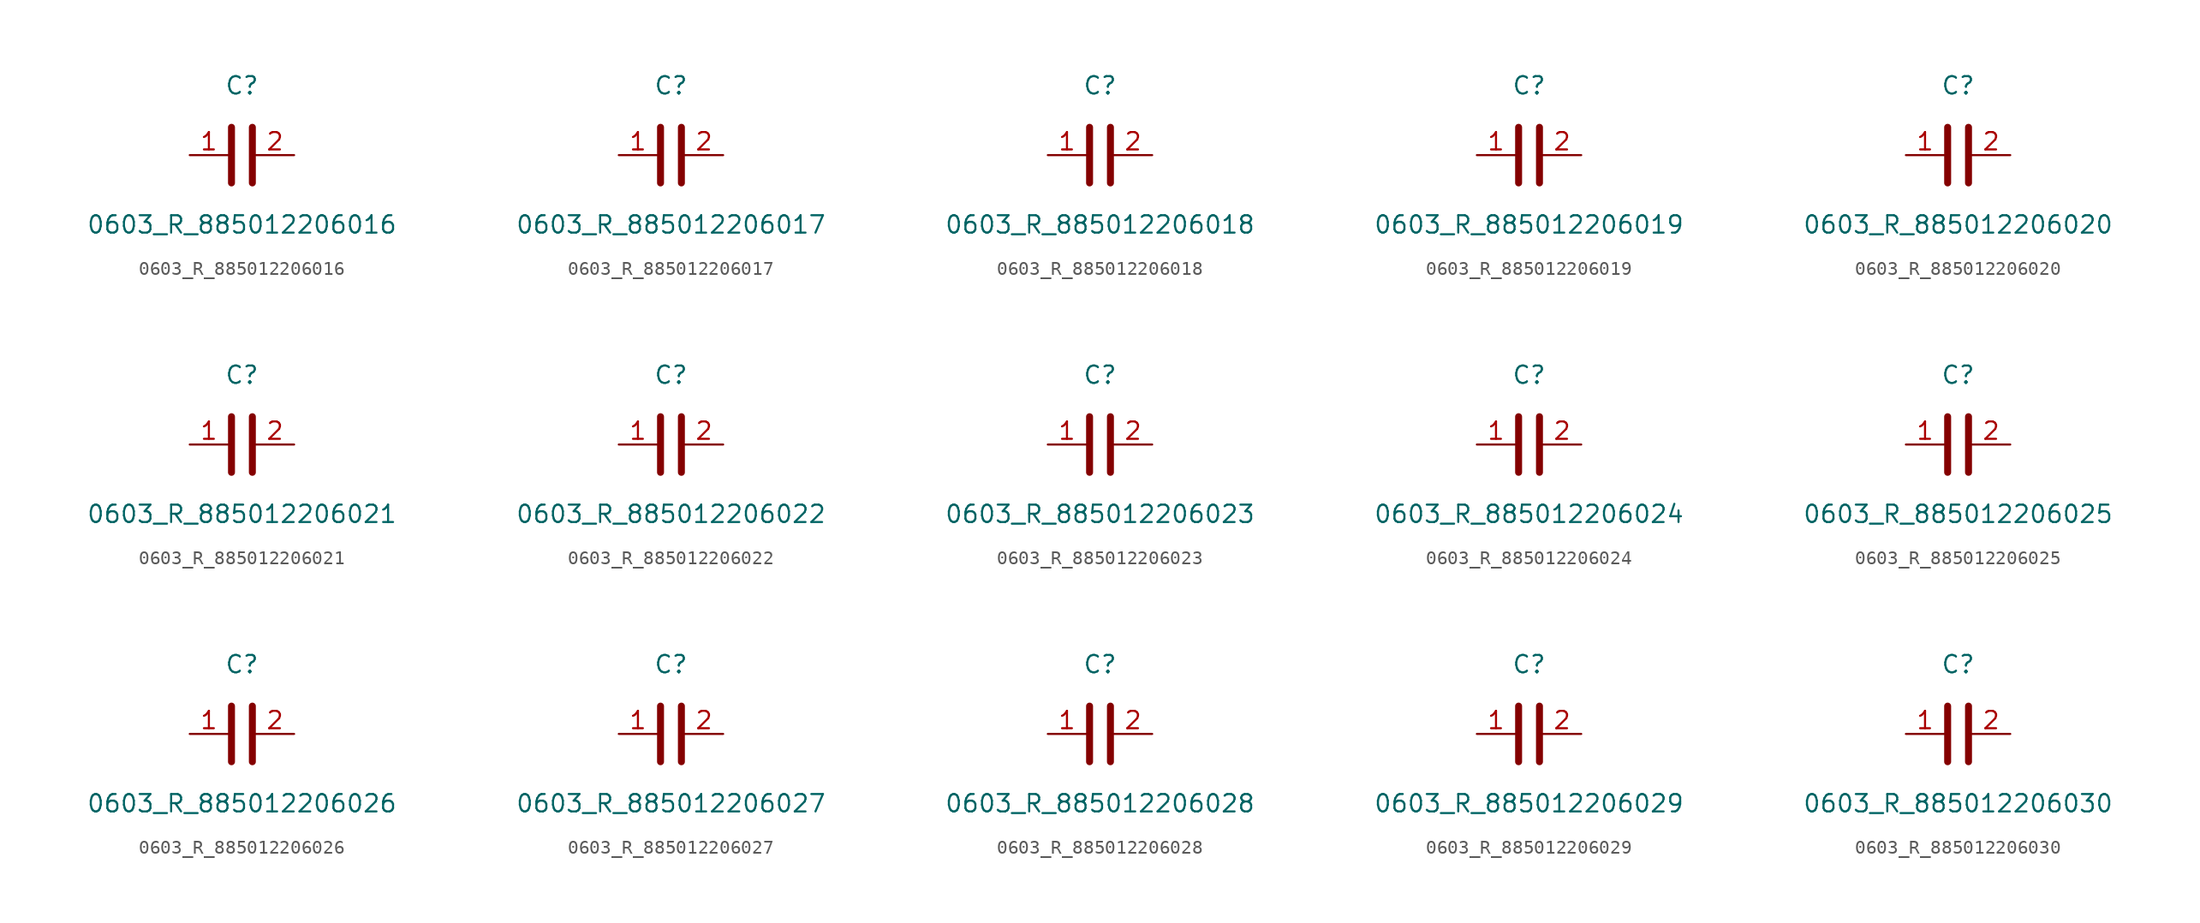
<source format=kicad_sym>
(kicad_symbol_lib
  (version 20220914)
  (generator kicad_symbol_editor)
  (symbol "0603_R_885012206016"
    (pin_names hide)
    (property "Reference" "C"
      (at 0 5.08 0)
      (effects (font (size 1.27 1.27))))
    (property "Value" "0603_R_885012206016"
      (at 0 -5.08 0)
      (effects (font (size 1.27 1.27))))
    (symbol "0603_R_885012206016_0_1"
      (polyline (pts (xy -0.762 -2.032) (xy -0.762 2.032)) (stroke (width 0.508) (type default)) (fill (type none)))
      (polyline (pts (xy 0.762 -2.032) (xy 0.762 2.032)) (stroke (width 0.508) (type default)) (fill (type none))))
    (symbol "0603_R_885012206016_1_1"
      (pin passive line (at -3.81 0 0) (length 2.794) (name "1" (effects (font (size 1.27 1.27)))) (number "1" (effects (font (size 1.27 1.27)))))
      (pin passive line (at 3.81 0 180) (length 2.794) (name "2" (effects (font (size 1.27 1.27)))) (number "2" (effects (font (size 1.27 1.27)))))))
  (symbol "0603_R_885012206017"
    (pin_names hide)
    (property "Reference" "C"
      (at 0 5.08 0)
      (effects (font (size 1.27 1.27))))
    (property "Value" "0603_R_885012206017"
      (at 0 -5.08 0)
      (effects (font (size 1.27 1.27))))
    (symbol "0603_R_885012206017_0_1"
      (polyline (pts (xy -0.762 -2.032) (xy -0.762 2.032)) (stroke (width 0.508) (type default)) (fill (type none)))
      (polyline (pts (xy 0.762 -2.032) (xy 0.762 2.032)) (stroke (width 0.508) (type default)) (fill (type none))))
    (symbol "0603_R_885012206017_1_1"
      (pin passive line (at -3.81 0 0) (length 2.794) (name "1" (effects (font (size 1.27 1.27)))) (number "1" (effects (font (size 1.27 1.27)))))
      (pin passive line (at 3.81 0 180) (length 2.794) (name "2" (effects (font (size 1.27 1.27)))) (number "2" (effects (font (size 1.27 1.27)))))))
  (symbol "0603_R_885012206018"
    (pin_names hide)
    (property "Reference" "C"
      (at 0 5.08 0)
      (effects (font (size 1.27 1.27))))
    (property "Value" "0603_R_885012206018"
      (at 0 -5.08 0)
      (effects (font (size 1.27 1.27))))
    (symbol "0603_R_885012206018_0_1"
      (polyline (pts (xy -0.762 -2.032) (xy -0.762 2.032)) (stroke (width 0.508) (type default)) (fill (type none)))
      (polyline (pts (xy 0.762 -2.032) (xy 0.762 2.032)) (stroke (width 0.508) (type default)) (fill (type none))))
    (symbol "0603_R_885012206018_1_1"
      (pin passive line (at -3.81 0 0) (length 2.794) (name "1" (effects (font (size 1.27 1.27)))) (number "1" (effects (font (size 1.27 1.27)))))
      (pin passive line (at 3.81 0 180) (length 2.794) (name "2" (effects (font (size 1.27 1.27)))) (number "2" (effects (font (size 1.27 1.27)))))))
  (symbol "0603_R_885012206019"
    (pin_names hide)
    (property "Reference" "C"
      (at 0 5.08 0)
      (effects (font (size 1.27 1.27))))
    (property "Value" "0603_R_885012206019"
      (at 0 -5.08 0)
      (effects (font (size 1.27 1.27))))
    (symbol "0603_R_885012206019_0_1"
      (polyline (pts (xy -0.762 -2.032) (xy -0.762 2.032)) (stroke (width 0.508) (type default)) (fill (type none)))
      (polyline (pts (xy 0.762 -2.032) (xy 0.762 2.032)) (stroke (width 0.508) (type default)) (fill (type none))))
    (symbol "0603_R_885012206019_1_1"
      (pin passive line (at -3.81 0 0) (length 2.794) (name "1" (effects (font (size 1.27 1.27)))) (number "1" (effects (font (size 1.27 1.27)))))
      (pin passive line (at 3.81 0 180) (length 2.794) (name "2" (effects (font (size 1.27 1.27)))) (number "2" (effects (font (size 1.27 1.27)))))))
  (symbol "0603_R_885012206020"
    (pin_names hide)
    (property "Reference" "C"
      (at 0 5.08 0)
      (effects (font (size 1.27 1.27))))
    (property "Value" "0603_R_885012206020"
      (at 0 -5.08 0)
      (effects (font (size 1.27 1.27))))
    (symbol "0603_R_885012206020_0_1"
      (polyline (pts (xy -0.762 -2.032) (xy -0.762 2.032)) (stroke (width 0.508) (type default)) (fill (type none)))
      (polyline (pts (xy 0.762 -2.032) (xy 0.762 2.032)) (stroke (width 0.508) (type default)) (fill (type none))))
    (symbol "0603_R_885012206020_1_1"
      (pin passive line (at -3.81 0 0) (length 2.794) (name "1" (effects (font (size 1.27 1.27)))) (number "1" (effects (font (size 1.27 1.27)))))
      (pin passive line (at 3.81 0 180) (length 2.794) (name "2" (effects (font (size 1.27 1.27)))) (number "2" (effects (font (size 1.27 1.27)))))))
  (symbol "0603_R_885012206021"
    (pin_names hide)
    (property "Reference" "C"
      (at 0 5.08 0)
      (effects (font (size 1.27 1.27))))
    (property "Value" "0603_R_885012206021"
      (at 0 -5.08 0)
      (effects (font (size 1.27 1.27))))
    (symbol "0603_R_885012206021_0_1"
      (polyline (pts (xy -0.762 -2.032) (xy -0.762 2.032)) (stroke (width 0.508) (type default)) (fill (type none)))
      (polyline (pts (xy 0.762 -2.032) (xy 0.762 2.032)) (stroke (width 0.508) (type default)) (fill (type none))))
    (symbol "0603_R_885012206021_1_1"
      (pin passive line (at -3.81 0 0) (length 2.794) (name "1" (effects (font (size 1.27 1.27)))) (number "1" (effects (font (size 1.27 1.27)))))
      (pin passive line (at 3.81 0 180) (length 2.794) (name "2" (effects (font (size 1.27 1.27)))) (number "2" (effects (font (size 1.27 1.27)))))))
  (symbol "0603_R_885012206022"
    (pin_names hide)
    (property "Reference" "C"
      (at 0 5.08 0)
      (effects (font (size 1.27 1.27))))
    (property "Value" "0603_R_885012206022"
      (at 0 -5.08 0)
      (effects (font (size 1.27 1.27))))
    (symbol "0603_R_885012206022_0_1"
      (polyline (pts (xy -0.762 -2.032) (xy -0.762 2.032)) (stroke (width 0.508) (type default)) (fill (type none)))
      (polyline (pts (xy 0.762 -2.032) (xy 0.762 2.032)) (stroke (width 0.508) (type default)) (fill (type none))))
    (symbol "0603_R_885012206022_1_1"
      (pin passive line (at -3.81 0 0) (length 2.794) (name "1" (effects (font (size 1.27 1.27)))) (number "1" (effects (font (size 1.27 1.27)))))
      (pin passive line (at 3.81 0 180) (length 2.794) (name "2" (effects (font (size 1.27 1.27)))) (number "2" (effects (font (size 1.27 1.27)))))))
  (symbol "0603_R_885012206023"
    (pin_names hide)
    (property "Reference" "C"
      (at 0 5.08 0)
      (effects (font (size 1.27 1.27))))
    (property "Value" "0603_R_885012206023"
      (at 0 -5.08 0)
      (effects (font (size 1.27 1.27))))
    (symbol "0603_R_885012206023_0_1"
      (polyline (pts (xy -0.762 -2.032) (xy -0.762 2.032)) (stroke (width 0.508) (type default)) (fill (type none)))
      (polyline (pts (xy 0.762 -2.032) (xy 0.762 2.032)) (stroke (width 0.508) (type default)) (fill (type none))))
    (symbol "0603_R_885012206023_1_1"
      (pin passive line (at -3.81 0 0) (length 2.794) (name "1" (effects (font (size 1.27 1.27)))) (number "1" (effects (font (size 1.27 1.27)))))
      (pin passive line (at 3.81 0 180) (length 2.794) (name "2" (effects (font (size 1.27 1.27)))) (number "2" (effects (font (size 1.27 1.27)))))))
  (symbol "0603_R_885012206024"
    (pin_names hide)
    (property "Reference" "C"
      (at 0 5.08 0)
      (effects (font (size 1.27 1.27))))
    (property "Value" "0603_R_885012206024"
      (at 0 -5.08 0)
      (effects (font (size 1.27 1.27))))
    (symbol "0603_R_885012206024_0_1"
      (polyline (pts (xy -0.762 -2.032) (xy -0.762 2.032)) (stroke (width 0.508) (type default)) (fill (type none)))
      (polyline (pts (xy 0.762 -2.032) (xy 0.762 2.032)) (stroke (width 0.508) (type default)) (fill (type none))))
    (symbol "0603_R_885012206024_1_1"
      (pin passive line (at -3.81 0 0) (length 2.794) (name "1" (effects (font (size 1.27 1.27)))) (number "1" (effects (font (size 1.27 1.27)))))
      (pin passive line (at 3.81 0 180) (length 2.794) (name "2" (effects (font (size 1.27 1.27)))) (number "2" (effects (font (size 1.27 1.27)))))))
  (symbol "0603_R_885012206025"
    (pin_names hide)
    (property "Reference" "C"
      (at 0 5.08 0)
      (effects (font (size 1.27 1.27))))
    (property "Value" "0603_R_885012206025"
      (at 0 -5.08 0)
      (effects (font (size 1.27 1.27))))
    (symbol "0603_R_885012206025_0_1"
      (polyline (pts (xy -0.762 -2.032) (xy -0.762 2.032)) (stroke (width 0.508) (type default)) (fill (type none)))
      (polyline (pts (xy 0.762 -2.032) (xy 0.762 2.032)) (stroke (width 0.508) (type default)) (fill (type none))))
    (symbol "0603_R_885012206025_1_1"
      (pin passive line (at -3.81 0 0) (length 2.794) (name "1" (effects (font (size 1.27 1.27)))) (number "1" (effects (font (size 1.27 1.27)))))
      (pin passive line (at 3.81 0 180) (length 2.794) (name "2" (effects (font (size 1.27 1.27)))) (number "2" (effects (font (size 1.27 1.27)))))))
  (symbol "0603_R_885012206026"
    (pin_names hide)
    (property "Reference" "C"
      (at 0 5.08 0)
      (effects (font (size 1.27 1.27))))
    (property "Value" "0603_R_885012206026"
      (at 0 -5.08 0)
      (effects (font (size 1.27 1.27))))
    (symbol "0603_R_885012206026_0_1"
      (polyline (pts (xy -0.762 -2.032) (xy -0.762 2.032)) (stroke (width 0.508) (type default)) (fill (type none)))
      (polyline (pts (xy 0.762 -2.032) (xy 0.762 2.032)) (stroke (width 0.508) (type default)) (fill (type none))))
    (symbol "0603_R_885012206026_1_1"
      (pin passive line (at -3.81 0 0) (length 2.794) (name "1" (effects (font (size 1.27 1.27)))) (number "1" (effects (font (size 1.27 1.27)))))
      (pin passive line (at 3.81 0 180) (length 2.794) (name "2" (effects (font (size 1.27 1.27)))) (number "2" (effects (font (size 1.27 1.27)))))))
  (symbol "0603_R_885012206027"
    (pin_names hide)
    (property "Reference" "C"
      (at 0 5.08 0)
      (effects (font (size 1.27 1.27))))
    (property "Value" "0603_R_885012206027"
      (at 0 -5.08 0)
      (effects (font (size 1.27 1.27))))
    (symbol "0603_R_885012206027_0_1"
      (polyline (pts (xy -0.762 -2.032) (xy -0.762 2.032)) (stroke (width 0.508) (type default)) (fill (type none)))
      (polyline (pts (xy 0.762 -2.032) (xy 0.762 2.032)) (stroke (width 0.508) (type default)) (fill (type none))))
    (symbol "0603_R_885012206027_1_1"
      (pin passive line (at -3.81 0 0) (length 2.794) (name "1" (effects (font (size 1.27 1.27)))) (number "1" (effects (font (size 1.27 1.27)))))
      (pin passive line (at 3.81 0 180) (length 2.794) (name "2" (effects (font (size 1.27 1.27)))) (number "2" (effects (font (size 1.27 1.27)))))))
  (symbol "0603_R_885012206028"
    (pin_names hide)
    (property "Reference" "C"
      (at 0 5.08 0)
      (effects (font (size 1.27 1.27))))
    (property "Value" "0603_R_885012206028"
      (at 0 -5.08 0)
      (effects (font (size 1.27 1.27))))
    (symbol "0603_R_885012206028_0_1"
      (polyline (pts (xy -0.762 -2.032) (xy -0.762 2.032)) (stroke (width 0.508) (type default)) (fill (type none)))
      (polyline (pts (xy 0.762 -2.032) (xy 0.762 2.032)) (stroke (width 0.508) (type default)) (fill (type none))))
    (symbol "0603_R_885012206028_1_1"
      (pin passive line (at -3.81 0 0) (length 2.794) (name "1" (effects (font (size 1.27 1.27)))) (number "1" (effects (font (size 1.27 1.27)))))
      (pin passive line (at 3.81 0 180) (length 2.794) (name "2" (effects (font (size 1.27 1.27)))) (number "2" (effects (font (size 1.27 1.27)))))))
  (symbol "0603_R_885012206029"
    (pin_names hide)
    (property "Reference" "C"
      (at 0 5.08 0)
      (effects (font (size 1.27 1.27))))
    (property "Value" "0603_R_885012206029"
      (at 0 -5.08 0)
      (effects (font (size 1.27 1.27))))
    (symbol "0603_R_885012206029_0_1"
      (polyline (pts (xy -0.762 -2.032) (xy -0.762 2.032)) (stroke (width 0.508) (type default)) (fill (type none)))
      (polyline (pts (xy 0.762 -2.032) (xy 0.762 2.032)) (stroke (width 0.508) (type default)) (fill (type none))))
    (symbol "0603_R_885012206029_1_1"
      (pin passive line (at -3.81 0 0) (length 2.794) (name "1" (effects (font (size 1.27 1.27)))) (number "1" (effects (font (size 1.27 1.27)))))
      (pin passive line (at 3.81 0 180) (length 2.794) (name "2" (effects (font (size 1.27 1.27)))) (number "2" (effects (font (size 1.27 1.27)))))))
  (symbol "0603_R_885012206030"
    (pin_names hide)
    (property "Reference" "C"
      (at 0 5.08 0)
      (effects (font (size 1.27 1.27))))
    (property "Value" "0603_R_885012206030"
      (at 0 -5.08 0)
      (effects (font (size 1.27 1.27))))
    (symbol "0603_R_885012206030_0_1"
      (polyline (pts (xy -0.762 -2.032) (xy -0.762 2.032)) (stroke (width 0.508) (type default)) (fill (type none)))
      (polyline (pts (xy 0.762 -2.032) (xy 0.762 2.032)) (stroke (width 0.508) (type default)) (fill (type none))))
    (symbol "0603_R_885012206030_1_1"
      (pin passive line (at -3.81 0 0) (length 2.794) (name "1" (effects (font (size 1.27 1.27)))) (number "1" (effects (font (size 1.27 1.27)))))
      (pin passive line (at 3.81 0 180) (length 2.794) (name "2" (effects (font (size 1.27 1.27)))) (number "2" (effects (font (size 1.27 1.27))))))))
</source>
